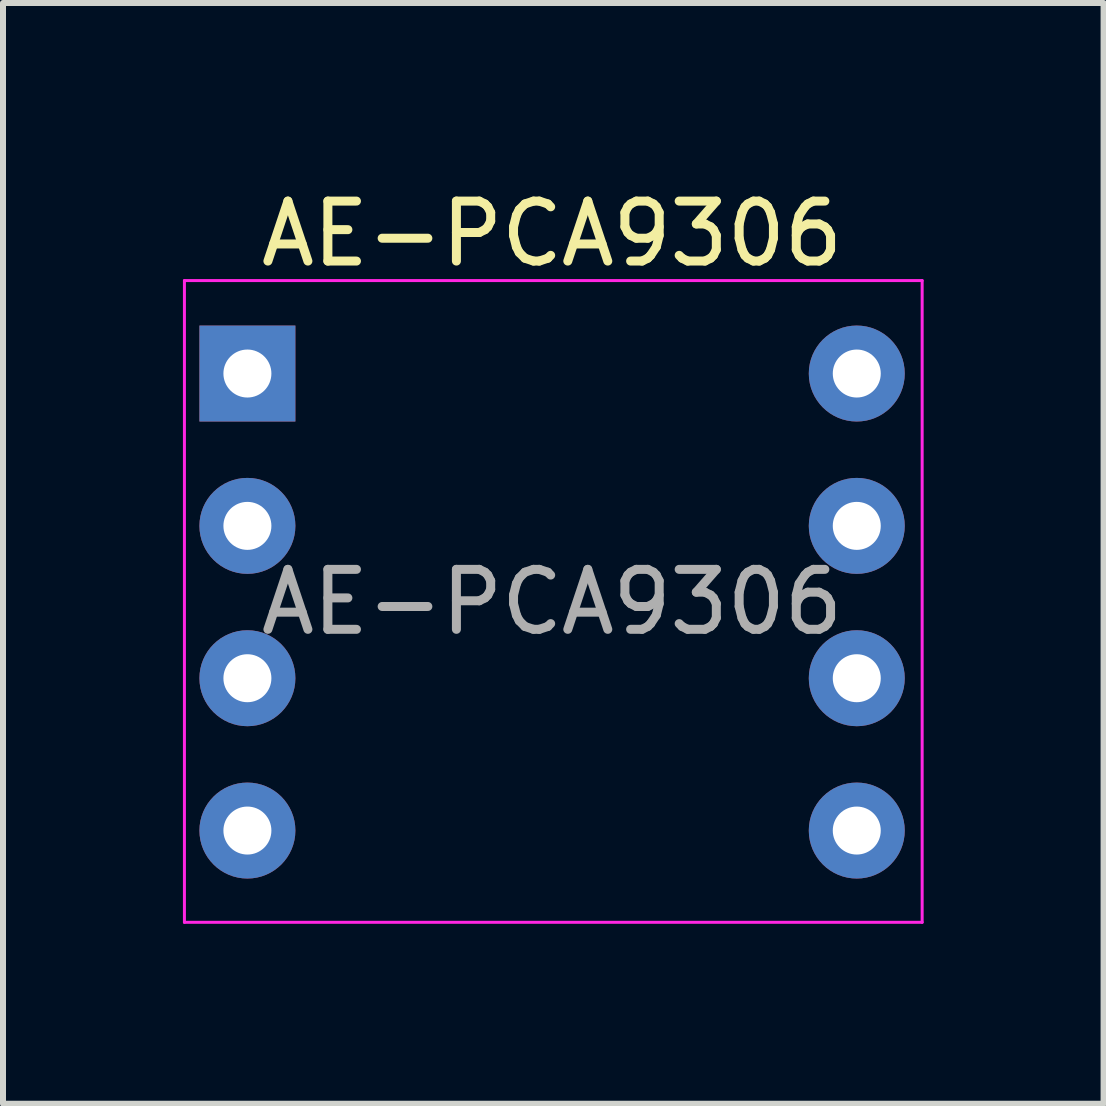
<source format=kicad_pcb>
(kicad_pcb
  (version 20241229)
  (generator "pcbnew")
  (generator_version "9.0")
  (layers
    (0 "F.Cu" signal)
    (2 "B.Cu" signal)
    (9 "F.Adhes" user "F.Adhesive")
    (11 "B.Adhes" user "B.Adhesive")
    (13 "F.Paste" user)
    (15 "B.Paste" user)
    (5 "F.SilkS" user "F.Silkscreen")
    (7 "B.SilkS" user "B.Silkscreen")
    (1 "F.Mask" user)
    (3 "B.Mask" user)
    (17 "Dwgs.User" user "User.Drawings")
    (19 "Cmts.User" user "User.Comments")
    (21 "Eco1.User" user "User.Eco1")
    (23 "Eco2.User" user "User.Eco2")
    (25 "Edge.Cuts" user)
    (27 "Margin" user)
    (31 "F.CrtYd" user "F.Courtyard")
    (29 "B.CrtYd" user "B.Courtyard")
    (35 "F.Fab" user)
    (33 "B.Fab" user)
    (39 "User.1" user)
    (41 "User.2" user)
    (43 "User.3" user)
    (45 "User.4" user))
  (footprint "AE-PCA9306"
    (layer "F.Cu")
    (at 1.075 3.178)
    (property "Reference" "AE-PCA9306" (at 5.08 -2.33 0) (layer "F.SilkS") (effects (font (size 1 1) (thickness 0.15))))
    (attr through_hole)
    (fp_line (start -1.05 -1.55) (end -1.05 9.15) (stroke (width 0.05) (type solid)) (layer "F.CrtYd"))
    (fp_line (start -1.05 9.15) (end 11.25 9.15) (stroke (width 0.05) (type solid)) (layer "F.CrtYd"))
    (fp_line (start 11.25 -1.55) (end -1.05 -1.55) (stroke (width 0.05) (type solid)) (layer "F.CrtYd"))
    (fp_line (start 11.25 9.15) (end 11.25 -1.55) (stroke (width 0.05) (type solid)) (layer "F.CrtYd"))
    (fp_text user "${REFERENCE}" (at 5.08 3.81 0) (layer "F.Fab") (effects (font (size 1 1) (thickness 0.15))))
    (pad "1" thru_hole rect (at 0 0) (size 1.6 1.6) (drill 0.8) (layers "*.Cu" "*.Mask"))
    (pad "2" thru_hole oval (at 0 2.54) (size 1.6 1.6) (drill 0.8) (layers "*.Cu" "*.Mask"))
    (pad "3" thru_hole oval (at 0 5.08) (size 1.6 1.6) (drill 0.8) (layers "*.Cu" "*.Mask"))
    (pad "4" thru_hole oval (at 0 7.62) (size 1.6 1.6) (drill 0.8) (layers "*.Cu" "*.Mask"))
    (pad "5" thru_hole oval (at 10.16 7.62) (size 1.6 1.6) (drill 0.8) (layers "*.Cu" "*.Mask"))
    (pad "6" thru_hole oval (at 10.16 5.08) (size 1.6 1.6) (drill 0.8) (layers "*.Cu" "*.Mask"))
    (pad "7" thru_hole oval (at 10.16 2.54) (size 1.6 1.6) (drill 0.8) (layers "*.Cu" "*.Mask"))
    (pad "8" thru_hole oval (at 10.16 0) (size 1.6 1.6) (drill 0.8) (layers "*.Cu" "*.Mask")))
  (gr_rect
    (start -3 -3)
    (end 15.35 15.353)
    (stroke (width 0.1) (type default))
    (fill no)
    (layer "Edge.Cuts")))
</source>
